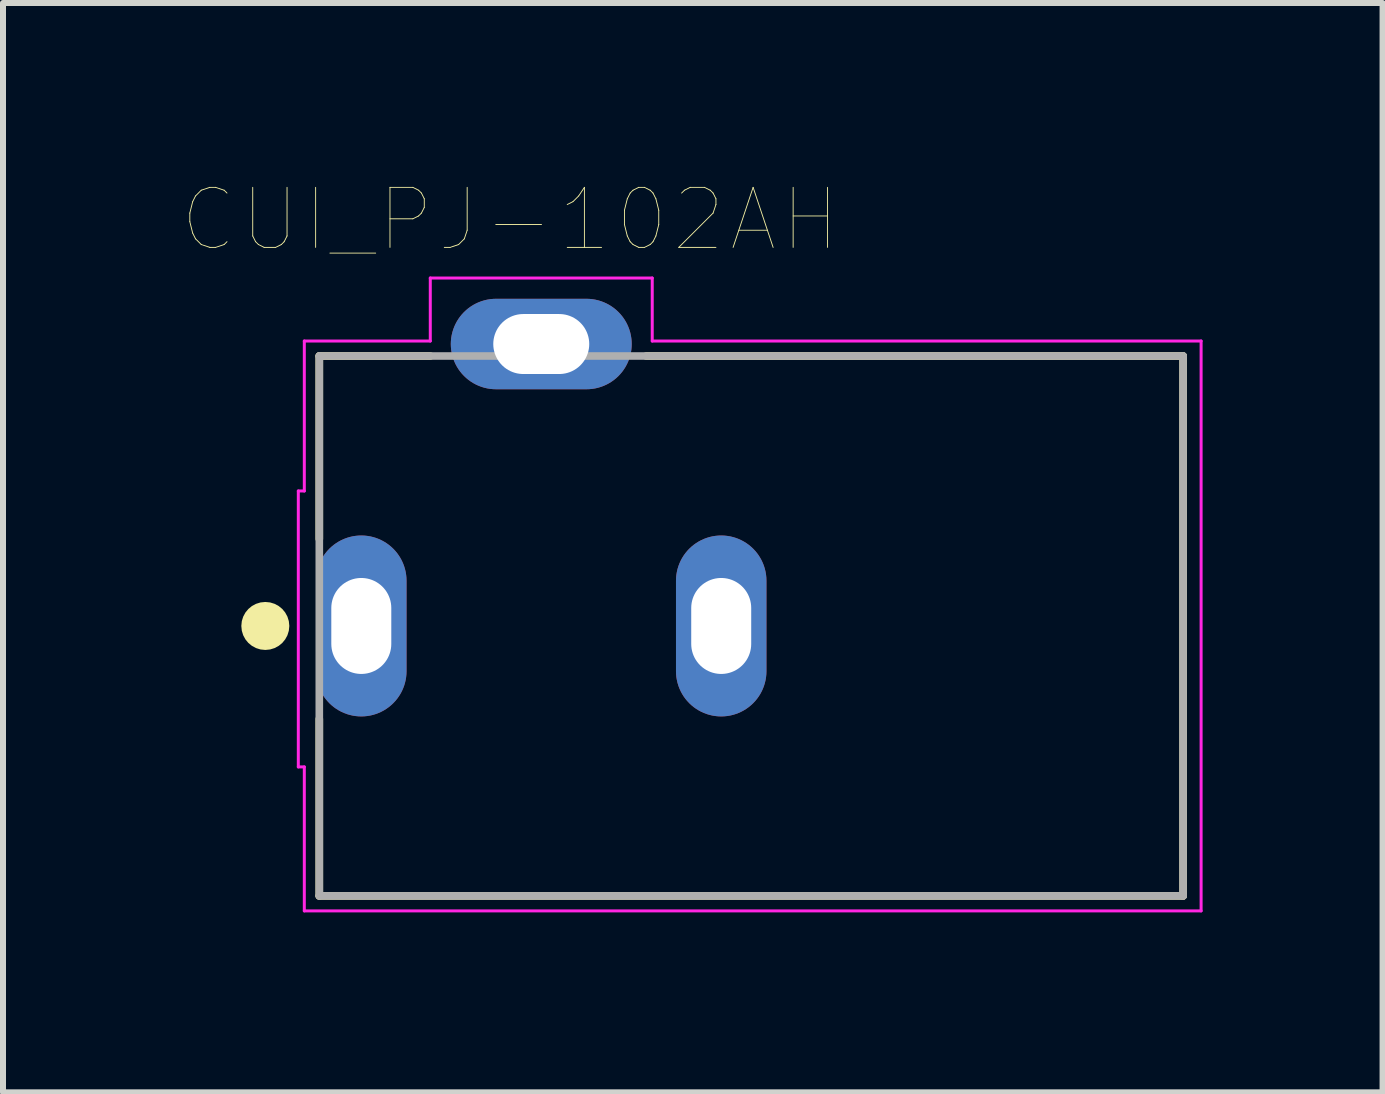
<source format=kicad_pcb>
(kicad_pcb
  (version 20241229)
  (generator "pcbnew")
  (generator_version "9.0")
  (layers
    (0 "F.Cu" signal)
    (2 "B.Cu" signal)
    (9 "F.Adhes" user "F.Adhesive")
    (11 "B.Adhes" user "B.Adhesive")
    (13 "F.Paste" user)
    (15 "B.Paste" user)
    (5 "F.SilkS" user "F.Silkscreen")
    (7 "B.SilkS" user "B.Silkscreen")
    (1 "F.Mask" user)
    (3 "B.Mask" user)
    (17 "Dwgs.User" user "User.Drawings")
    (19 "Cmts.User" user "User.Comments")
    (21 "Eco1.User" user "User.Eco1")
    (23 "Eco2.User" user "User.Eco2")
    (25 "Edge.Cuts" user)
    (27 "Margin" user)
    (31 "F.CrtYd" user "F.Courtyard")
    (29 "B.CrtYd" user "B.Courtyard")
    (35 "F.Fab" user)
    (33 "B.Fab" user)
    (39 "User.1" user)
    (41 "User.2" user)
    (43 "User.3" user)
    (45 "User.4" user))
  (footprint "CUI_PJ-102AH"
    (layer "F.Cu")
    (at 9.473 7.385)
    (property "Reference" "CUI_PJ-102AH" (at -4.02 -6.773 0) (layer "F.SilkS") (effects (font (size 1.001 1.001) (thickness 0.015))))
    (attr through_hole)
    (fp_line (start -7.2 -4.5) (end -5.35 -4.5) (stroke (width 0.127) (type solid)) (layer "F.SilkS"))
    (fp_line (start -7.2 -1.45) (end -7.2 -4.5) (stroke (width 0.127) (type solid)) (layer "F.SilkS"))
    (fp_line (start -7.2 4.5) (end -7.2 1.55) (stroke (width 0.127) (type solid)) (layer "F.SilkS"))
    (fp_line (start -1.75 -4.5) (end 7.2 -4.5) (stroke (width 0.127) (type solid)) (layer "F.SilkS"))
    (fp_line (start 7.2 -4.5) (end 7.2 4.5) (stroke (width 0.127) (type solid)) (layer "F.SilkS"))
    (fp_line (start 7.2 4.5) (end -7.2 4.5) (stroke (width 0.127) (type solid)) (layer "F.SilkS"))
    (fp_circle (center -8.1 0) (end -7.9 0) (stroke (width 0.4) (type solid)) (fill no) (layer "F.SilkS"))
    (fp_line (start -7.55 -2.25) (end -7.55 2.35) (stroke (width 0.05) (type solid)) (layer "F.CrtYd"))
    (fp_line (start -7.55 2.35) (end -7.45 2.35) (stroke (width 0.05) (type solid)) (layer "F.CrtYd"))
    (fp_line (start -7.45 -4.75) (end -5.35 -4.75) (stroke (width 0.05) (type solid)) (layer "F.CrtYd"))
    (fp_line (start -7.45 -2.25) (end -7.55 -2.25) (stroke (width 0.05) (type solid)) (layer "F.CrtYd"))
    (fp_line (start -7.45 -2.25) (end -7.45 -4.75) (stroke (width 0.05) (type solid)) (layer "F.CrtYd"))
    (fp_line (start -7.45 4.75) (end -7.45 2.35) (stroke (width 0.05) (type solid)) (layer "F.CrtYd"))
    (fp_line (start -5.35 -5.8) (end -1.65 -5.8) (stroke (width 0.05) (type solid)) (layer "F.CrtYd"))
    (fp_line (start -5.35 -4.75) (end -5.35 -5.8) (stroke (width 0.05) (type solid)) (layer "F.CrtYd"))
    (fp_line (start -1.65 -5.8) (end -1.65 -4.75) (stroke (width 0.05) (type solid)) (layer "F.CrtYd"))
    (fp_line (start -1.65 -4.75) (end 7.5 -4.75) (stroke (width 0.05) (type solid)) (layer "F.CrtYd"))
    (fp_line (start 7.5 -4.75) (end 7.5 4.75) (stroke (width 0.05) (type solid)) (layer "F.CrtYd"))
    (fp_line (start 7.5 4.75) (end -7.45 4.75) (stroke (width 0.05) (type solid)) (layer "F.CrtYd"))
    (fp_line (start -7.2 -4.5) (end 7.2 -4.5) (stroke (width 0.127) (type solid)) (layer "F.Fab"))
    (fp_line (start -7.2 4.5) (end -7.2 -4.5) (stroke (width 0.127) (type solid)) (layer "F.Fab"))
    (fp_line (start 7.2 -4.5) (end 7.2 4.5) (stroke (width 0.127) (type solid)) (layer "F.Fab"))
    (fp_line (start 7.2 4.5) (end -7.2 4.5) (stroke (width 0.127) (type solid)) (layer "F.Fab"))
    (pad "1" thru_hole oval (at -6.5 0) (size 1.508 3.016) (drill oval 1 1.6) (layers "*.Cu" "*.Mask"))
    (pad "2" thru_hole oval (at -0.5 0) (size 1.508 3.016) (drill oval 1 1.6) (layers "*.Cu" "*.Mask"))
    (pad "3" thru_hole oval (at -3.5 -4.7) (size 3.016 1.508) (drill oval 1.6 1) (layers "*.Cu" "*.Mask")))
  (gr_rect
    (start -3 -3)
    (end 19.998 15.16)
    (stroke (width 0.1) (type default))
    (fill no)
    (layer "Edge.Cuts")))
</source>
